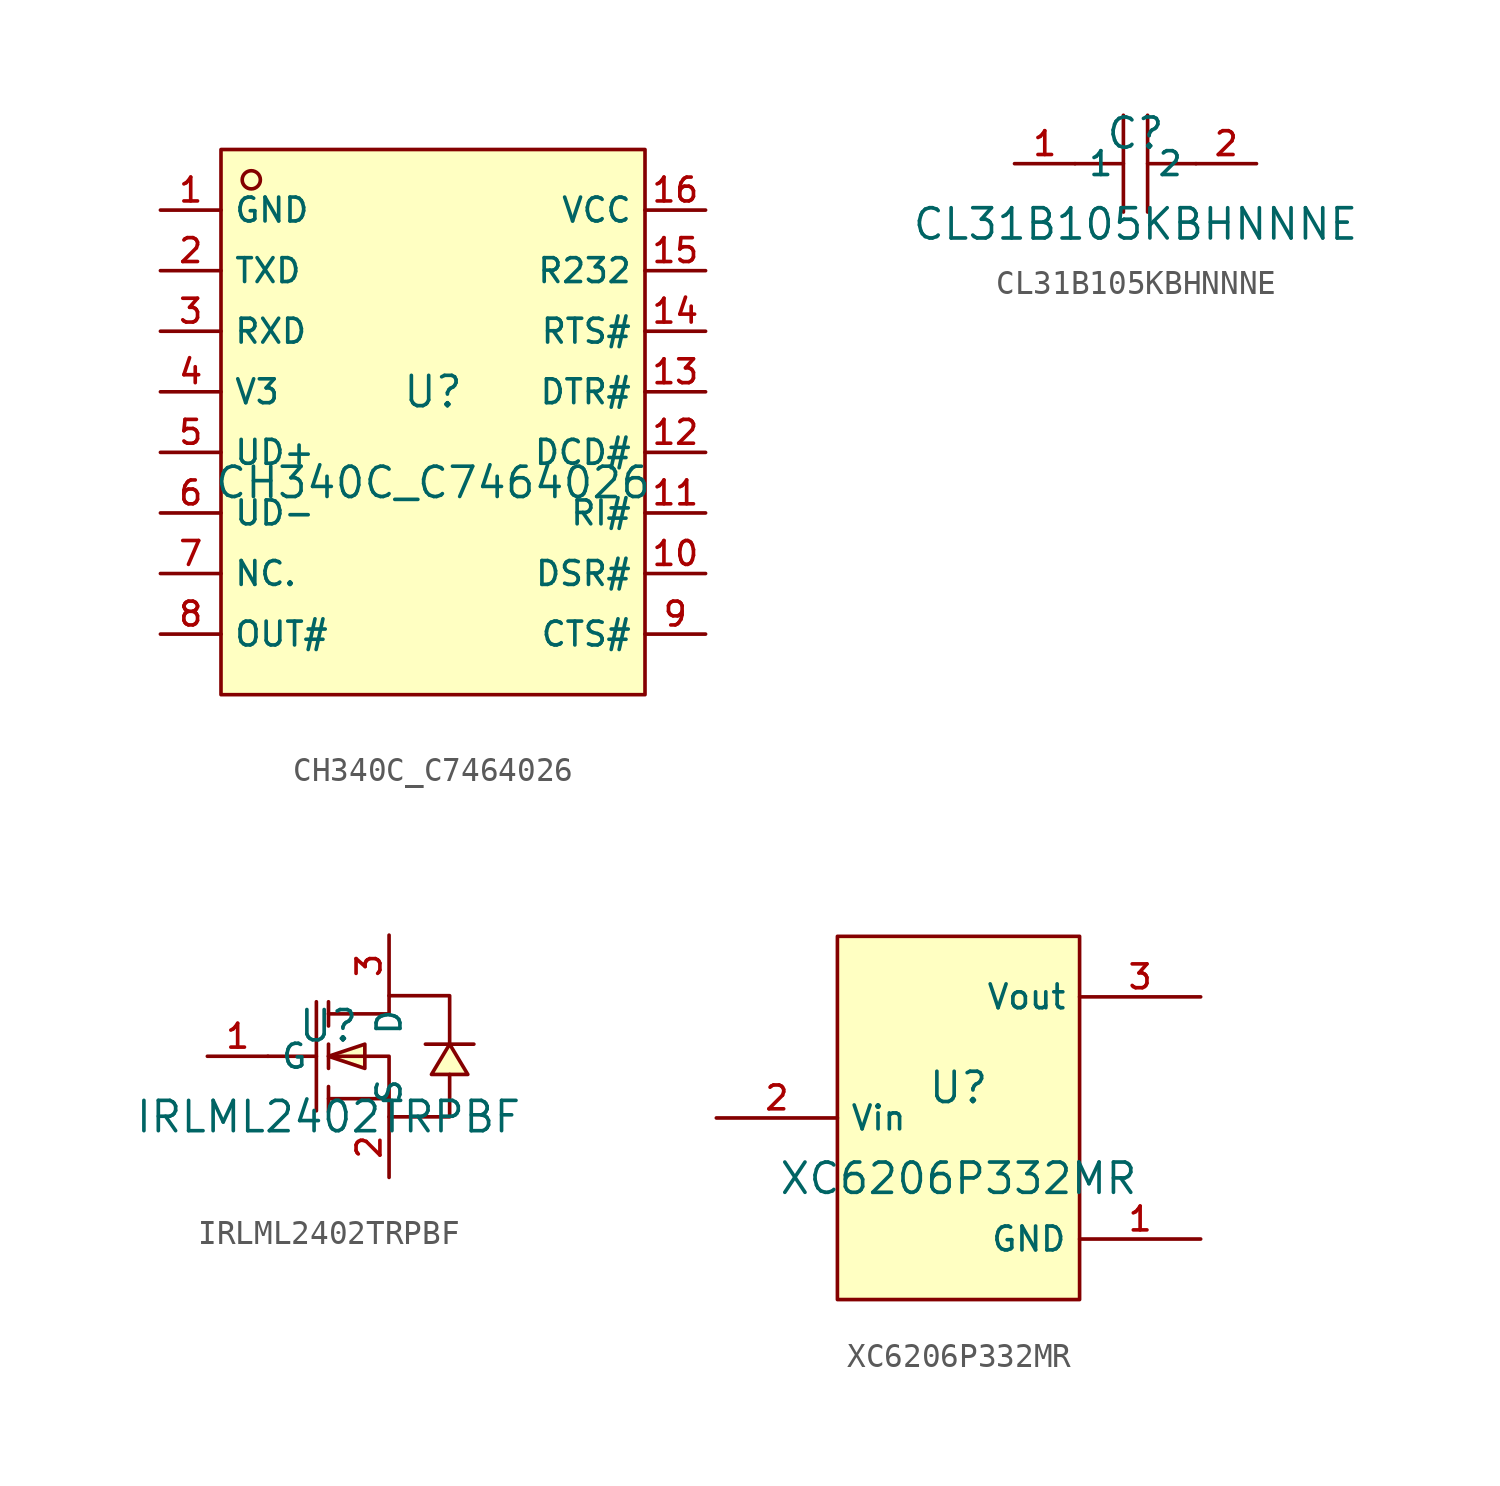
<source format=kicad_sym>
(kicad_symbol_lib
  (version 20241209)
  (generator "kicad_symbol_editor")
  (generator_version "9.0")
  (symbol "CH340C_C7464026"
    (property "Reference" "U"
      (at 0 1.27 0)
      (effects (font (size 1.27 1.27))))
    (property "Value" "CH340C_C7464026"
      (at 0 -2.54 0)
      (effects (font (size 1.27 1.27))))
    (symbol "CH340C_C7464026_0_1"
      (rectangle (start -8.89 11.43) (end 8.89 -11.43) (stroke (width 0) (type default)) (fill (type background)))
      (circle (center -7.62 10.16) (radius 0.381) (stroke (width 0) (type default)) (fill (type background)))
      (pin unspecified line (at -11.43 8.89 0) (length 2.54) (name "GND" (effects (font (size 1 1)))) (number "1" (effects (font (size 1 1)))))
      (pin unspecified line (at -11.43 6.35 0) (length 2.54) (name "TXD" (effects (font (size 1 1)))) (number "2" (effects (font (size 1 1)))))
      (pin unspecified line (at -11.43 3.81 0) (length 2.54) (name "RXD" (effects (font (size 1 1)))) (number "3" (effects (font (size 1 1)))))
      (pin unspecified line (at -11.43 1.27 0) (length 2.54) (name "V3" (effects (font (size 1 1)))) (number "4" (effects (font (size 1 1)))))
      (pin unspecified line (at -11.43 -1.27 0) (length 2.54) (name "UD+" (effects (font (size 1 1)))) (number "5" (effects (font (size 1 1)))))
      (pin unspecified line (at -11.43 -3.81 0) (length 2.54) (name "UD-" (effects (font (size 1 1)))) (number "6" (effects (font (size 1 1)))))
      (pin unspecified line (at -11.43 -6.35 0) (length 2.54) (name "NC." (effects (font (size 1 1)))) (number "7" (effects (font (size 1 1)))))
      (pin unspecified line (at -11.43 -8.89 0) (length 2.54) (name "OUT#" (effects (font (size 1 1)))) (number "8" (effects (font (size 1 1)))))
      (pin unspecified line (at 11.43 8.89 180) (length 2.54) (name "VCC" (effects (font (size 1 1)))) (number "16" (effects (font (size 1 1)))))
      (pin unspecified line (at 11.43 6.35 180) (length 2.54) (name "R232" (effects (font (size 1 1)))) (number "15" (effects (font (size 1 1)))))
      (pin unspecified line (at 11.43 3.81 180) (length 2.54) (name "RTS#" (effects (font (size 1 1)))) (number "14" (effects (font (size 1 1)))))
      (pin unspecified line (at 11.43 1.27 180) (length 2.54) (name "DTR#" (effects (font (size 1 1)))) (number "13" (effects (font (size 1 1)))))
      (pin unspecified line (at 11.43 -1.27 180) (length 2.54) (name "DCD#" (effects (font (size 1 1)))) (number "12" (effects (font (size 1 1)))))
      (pin unspecified line (at 11.43 -3.81 180) (length 2.54) (name "RI#" (effects (font (size 1 1)))) (number "11" (effects (font (size 1 1)))))
      (pin unspecified line (at 11.43 -6.35 180) (length 2.54) (name "DSR#" (effects (font (size 1 1)))) (number "10" (effects (font (size 1 1)))))
      (pin unspecified line (at 11.43 -8.89 180) (length 2.54) (name "CTS#" (effects (font (size 1 1)))) (number "9" (effects (font (size 1 1)))))))
  (symbol "CL31B105KBHNNNE"
    (property "Reference" "C"
      (at 0 1.27 0)
      (effects (font (size 1.27 1.27))))
    (property "Value" "CL31B105KBHNNNE"
      (at 0 -2.54 0)
      (effects (font (size 1.27 1.27))))
    (symbol "CL31B105KBHNNNE_0_1"
      (polyline (pts (xy -0.508 0) (xy -2.54 0)) (stroke (width 0) (type default)) (fill (type none)))
      (polyline (pts (xy -0.508 -2.032) (xy -0.508 2.032)) (stroke (width 0) (type default)) (fill (type none)))
      (polyline (pts (xy 0.508 2.032) (xy 0.508 -2.032)) (stroke (width 0) (type default)) (fill (type none)))
      (polyline (pts (xy 2.54 0) (xy 0.508 0)) (stroke (width 0) (type default)) (fill (type none)))
      (pin unspecified line (at -5.08 0 0) (length 2.54) (name "1" (effects (font (size 1 1)))) (number "1" (effects (font (size 1 1)))))
      (pin unspecified line (at 5.08 0 180) (length 2.54) (name "2" (effects (font (size 1 1)))) (number "2" (effects (font (size 1 1)))))))
  (symbol "IRLML2402TRPBF"
    (property "Reference" "U"
      (at 0 1.27 0)
      (effects (font (size 1.27 1.27))))
    (property "Value" "IRLML2402TRPBF"
      (at 0 -2.54 0)
      (effects (font (size 1.27 1.27))))
    (symbol "IRLML2402TRPBF_0_1"
      (polyline (pts (xy -2.54 0) (xy -0.508 0)) (stroke (width 0) (type default)) (fill (type none)))
      (polyline (pts (xy -0.508 2.286) (xy -0.508 -2.286)) (stroke (width 0) (type default)) (fill (type none)))
      (polyline (pts (xy 0 2.286) (xy 0 1.27)) (stroke (width 0) (type default)) (fill (type none)))
      (polyline (pts (xy 0 1.778) (xy 2.54 1.778) (xy 2.54 2.54) (xy 5.08 2.54) (xy 5.08 0.508)) (stroke (width 0) (type default)) (fill (type none)))
      (polyline (pts (xy 0 0) (xy 1.524 -0.508) (xy 1.524 0.508) (xy 0 0)) (stroke (width 0) (type default)) (fill (type background)))
      (polyline (pts (xy 0 0) (xy 2.54 0) (xy 2.54 -2.54) (xy 5.08 -2.54) (xy 5.08 -0.762)) (stroke (width 0) (type default)) (fill (type none)))
      (polyline (pts (xy 0 -0.508) (xy 0 0.508)) (stroke (width 0) (type default)) (fill (type none)))
      (polyline (pts (xy 0 -2.286) (xy 0 -1.27)) (stroke (width 0) (type default)) (fill (type none)))
      (polyline (pts (xy 2.54 -1.778) (xy 0 -1.778)) (stroke (width 0) (type default)) (fill (type none)))
      (polyline (pts (xy 5.08 0.508) (xy 4.318 -0.762) (xy 5.842 -0.762) (xy 5.08 0.508)) (stroke (width 0) (type default)) (fill (type background)))
      (polyline (pts (xy 6.096 0.508) (xy 5.588 0.508) (xy 4.572 0.508) (xy 4.064 0.508)) (stroke (width 0) (type default)) (fill (type none)))
      (pin unspecified line (at -5.08 0 0) (length 2.54) (name "G" (effects (font (size 1 1)))) (number "1" (effects (font (size 1 1)))))
      (pin unspecified line (at 2.54 5.08 270) (length 2.54) (name "D" (effects (font (size 1 1)))) (number "3" (effects (font (size 1 1)))))
      (pin unspecified line (at 2.54 -5.08 90) (length 2.54) (name "S" (effects (font (size 1 1)))) (number "2" (effects (font (size 1 1)))))))
  (symbol "XC6206P332MR"
    (property "Reference" "U"
      (at 0 1.27 0)
      (effects (font (size 1.27 1.27))))
    (property "Value" "XC6206P332MR"
      (at 0 -2.54 0)
      (effects (font (size 1.27 1.27))))
    (symbol "XC6206P332MR_0_1"
      (rectangle (start -5.08 7.62) (end 5.08 -7.62) (stroke (width 0) (type default)) (fill (type background)))
      (pin unspecified line (at -10.16 0 0) (length 5.08) (name "Vin" (effects (font (size 1 1)))) (number "2" (effects (font (size 1 1)))))
      (pin unspecified line (at 10.16 5.08 180) (length 5.08) (name "Vout" (effects (font (size 1 1)))) (number "3" (effects (font (size 1 1)))))
      (pin unspecified line (at 10.16 -5.08 180) (length 5.08) (name "GND" (effects (font (size 1 1)))) (number "1" (effects (font (size 1 1))))))))
</source>
